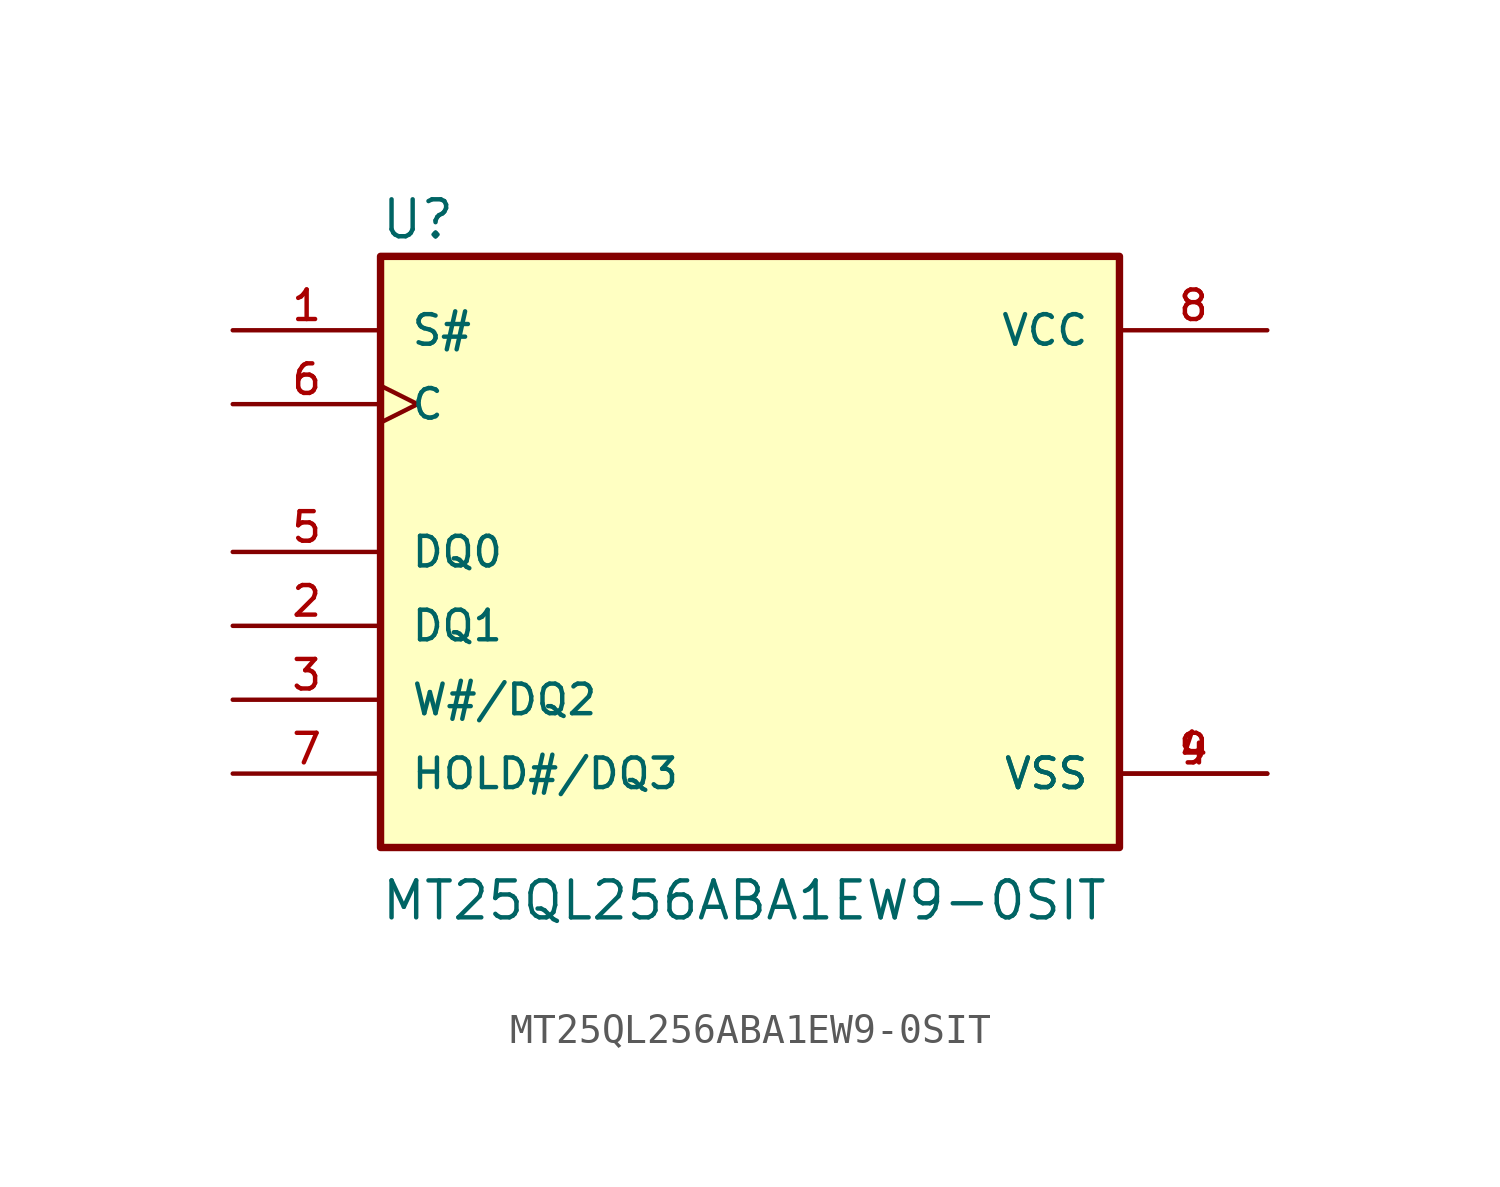
<source format=kicad_sym>
(kicad_symbol_lib
  (version 20211014)
  (generator kicad_symbol_editor)
  (symbol "MT25QL256ABA1EW9-0SIT"
    (pin_names
      (offset 1.016))
    (property "Reference" "U"
      (at -12.724 10.688 0)
      (effects (font (size 1.27 1.27)) (justify bottom left)))
    (property "Value" "MT25QL256ABA1EW9-0SIT"
      (at -12.724 -12.724 0)
      (effects (font (size 1.27 1.27)) (justify bottom left)))
    (symbol "MT25QL256ABA1EW9-0SIT_0_0"
      (rectangle (start -12.7 -10.16) (end 12.7 10.16) (stroke (width 0.254)) (fill (type background)))
      (pin input line (at -17.78 7.62 0) (length 5.08) (name "S#" (effects (font (size 1.016 1.016)))) (number "1" (effects (font (size 1.016 1.016)))))
      (pin input clock (at -17.78 5.08 0) (length 5.08) (name "C" (effects (font (size 1.016 1.016)))) (number "6" (effects (font (size 1.016 1.016)))))
      (pin bidirectional line (at -17.78 -2.54 0) (length 5.08) (name "DQ1" (effects (font (size 1.016 1.016)))) (number "2" (effects (font (size 1.016 1.016)))))
      (pin bidirectional line (at -17.78 -5.08 0) (length 5.08) (name "W#/DQ2" (effects (font (size 1.016 1.016)))) (number "3" (effects (font (size 1.016 1.016)))))
      (pin bidirectional line (at -17.78 -7.62 0) (length 5.08) (name "HOLD#/DQ3" (effects (font (size 1.016 1.016)))) (number "7" (effects (font (size 1.016 1.016)))))
      (pin power_in line (at 17.78 7.62 180.0) (length 5.08) (name "VCC" (effects (font (size 1.016 1.016)))) (number "8" (effects (font (size 1.016 1.016)))))
      (pin power_in line (at 17.78 -7.62 180.0) (length 5.08) (name "VSS" (effects (font (size 1.016 1.016)))) (number "4" (effects (font (size 1.016 1.016)))))
      (pin power_in line (at 17.78 -7.62 180.0) (length 5.08) (name "VSS" (effects (font (size 1.016 1.016)))) (number "9" (effects (font (size 1.016 1.016)))))
      (pin bidirectional line (at -17.78 0.0 0) (length 5.08) (name "DQ0" (effects (font (size 1.016 1.016)))) (number "5" (effects (font (size 1.016 1.016))))))))
</source>
